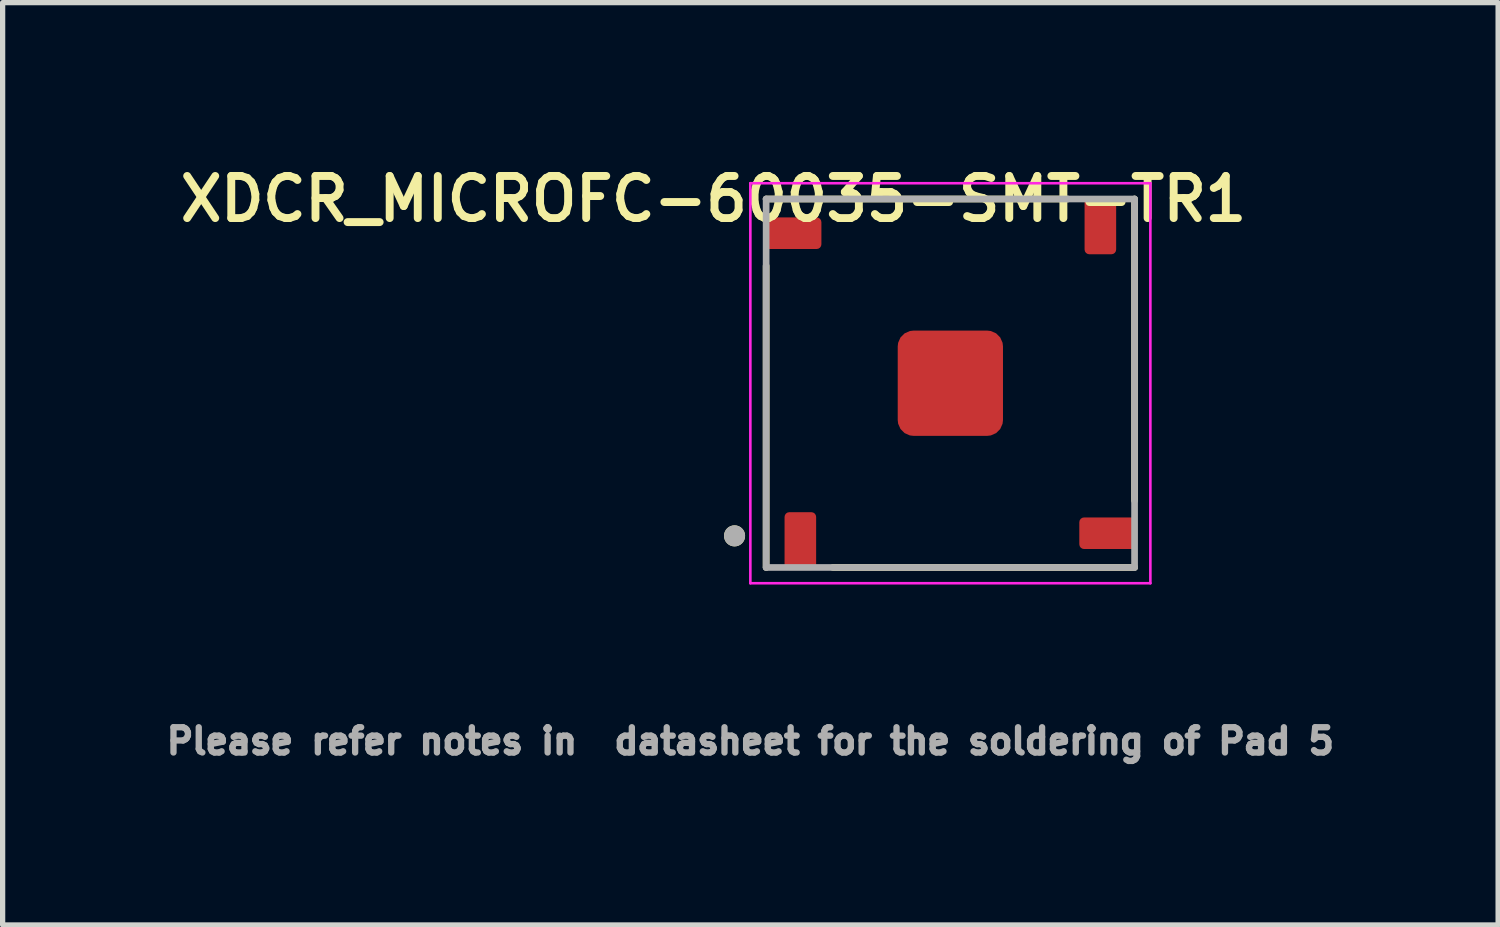
<source format=kicad_pcb>
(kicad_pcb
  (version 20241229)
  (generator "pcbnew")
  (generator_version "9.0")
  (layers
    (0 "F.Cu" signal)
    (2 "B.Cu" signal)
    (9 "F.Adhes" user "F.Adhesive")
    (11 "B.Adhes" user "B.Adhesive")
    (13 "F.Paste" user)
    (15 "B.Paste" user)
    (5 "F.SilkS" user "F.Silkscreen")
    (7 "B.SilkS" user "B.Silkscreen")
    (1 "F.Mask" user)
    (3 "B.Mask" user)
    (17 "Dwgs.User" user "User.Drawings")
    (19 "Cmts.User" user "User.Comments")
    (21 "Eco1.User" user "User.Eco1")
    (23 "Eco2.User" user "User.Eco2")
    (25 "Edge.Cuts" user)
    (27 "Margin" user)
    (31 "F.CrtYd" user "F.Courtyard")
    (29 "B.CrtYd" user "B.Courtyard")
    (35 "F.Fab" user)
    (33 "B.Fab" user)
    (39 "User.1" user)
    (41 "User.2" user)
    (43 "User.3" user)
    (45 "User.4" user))
  (footprint "XDCR_MICROFC-60035-SMT-TR1"
    (layer "F.Cu")
    (at 15.006 4.231)
    (property "Reference" "XDCR_MICROFC-60035-SMT-TR1" (at -4.5 -3.5 0) (layer "F.SilkS") (effects (font (size 0.8 0.8) (thickness 0.15))))
    (attr smd)
    (fp_line (start -3.5 -3.5) (end 2.23 -3.5) (stroke (width 0.127) (type solid)) (layer "F.SilkS"))
    (fp_line (start -3.5 -2.23) (end -3.5 3.5) (stroke (width 0.127) (type solid)) (layer "F.SilkS"))
    (fp_line (start -2.23 3.5) (end 3.5 3.5) (stroke (width 0.127) (type solid)) (layer "F.SilkS"))
    (fp_line (start 3.5 -3.5) (end 3.5 2.23) (stroke (width 0.127) (type solid)) (layer "F.SilkS"))
    (fp_circle (center -4.1 2.9) (end -4 2.9) (stroke (width 0.2) (type solid)) (fill no) (layer "F.SilkS"))
    (fp_line (start -3.8 -3.8) (end 3.8 -3.8) (stroke (width 0.05) (type solid)) (layer "F.CrtYd"))
    (fp_line (start -3.8 3.8) (end -3.8 -3.8) (stroke (width 0.05) (type solid)) (layer "F.CrtYd"))
    (fp_line (start 3.8 -3.8) (end 3.8 3.8) (stroke (width 0.05) (type solid)) (layer "F.CrtYd"))
    (fp_line (start 3.8 3.8) (end -3.8 3.8) (stroke (width 0.05) (type solid)) (layer "F.CrtYd"))
    (fp_line (start -3.5 -3.5) (end 3.5 -3.5) (stroke (width 0.127) (type solid)) (layer "F.Fab"))
    (fp_line (start -3.5 3.5) (end -3.5 -3.5) (stroke (width 0.127) (type solid)) (layer "F.Fab"))
    (fp_line (start 3.5 -3.5) (end 3.5 3.5) (stroke (width 0.127) (type solid)) (layer "F.Fab"))
    (fp_line (start 3.5 3.5) (end -3.5 3.5) (stroke (width 0.127) (type solid)) (layer "F.Fab"))
    (fp_circle (center -4.1 2.9) (end -4 2.9) (stroke (width 0.2) (type solid)) (fill no) (layer "F.Fab"))
    (fp_text user "Please refer notes in  datasheet for the soldering of Pad 5" (at -3.8 6.8 0) (layer "F.Fab") (effects (font (size 0.48 0.48) (thickness 0.12))))
    (pad "1" smd roundrect (at -2.85 3 90) (size 1.1 0.6) (layers "F.Cu" "F.Mask" "F.Paste") (roundrect_rratio 0.15))
    (pad "2" smd roundrect (at 3 2.85 180) (size 1.1 0.6) (layers "F.Cu" "F.Mask" "F.Paste") (roundrect_rratio 0.15))
    (pad "3" smd roundrect (at 2.85 -3 270) (size 1.1 0.6) (layers "F.Cu" "F.Mask" "F.Paste") (roundrect_rratio 0.15))
    (pad "4" smd roundrect (at -3 -2.85) (size 1.1 0.6) (layers "F.Cu" "F.Mask" "F.Paste") (roundrect_rratio 0.15))
    (pad "5" smd roundrect (at 0 0) (size 2 2) (layers "F.Cu" "F.Mask" "F.Paste") (roundrect_rratio 0.15)))
  (gr_rect
    (start -3 -3)
    (end 25.413 14.523)
    (stroke (width 0.1) (type default))
    (fill no)
    (layer "Edge.Cuts")))
</source>
